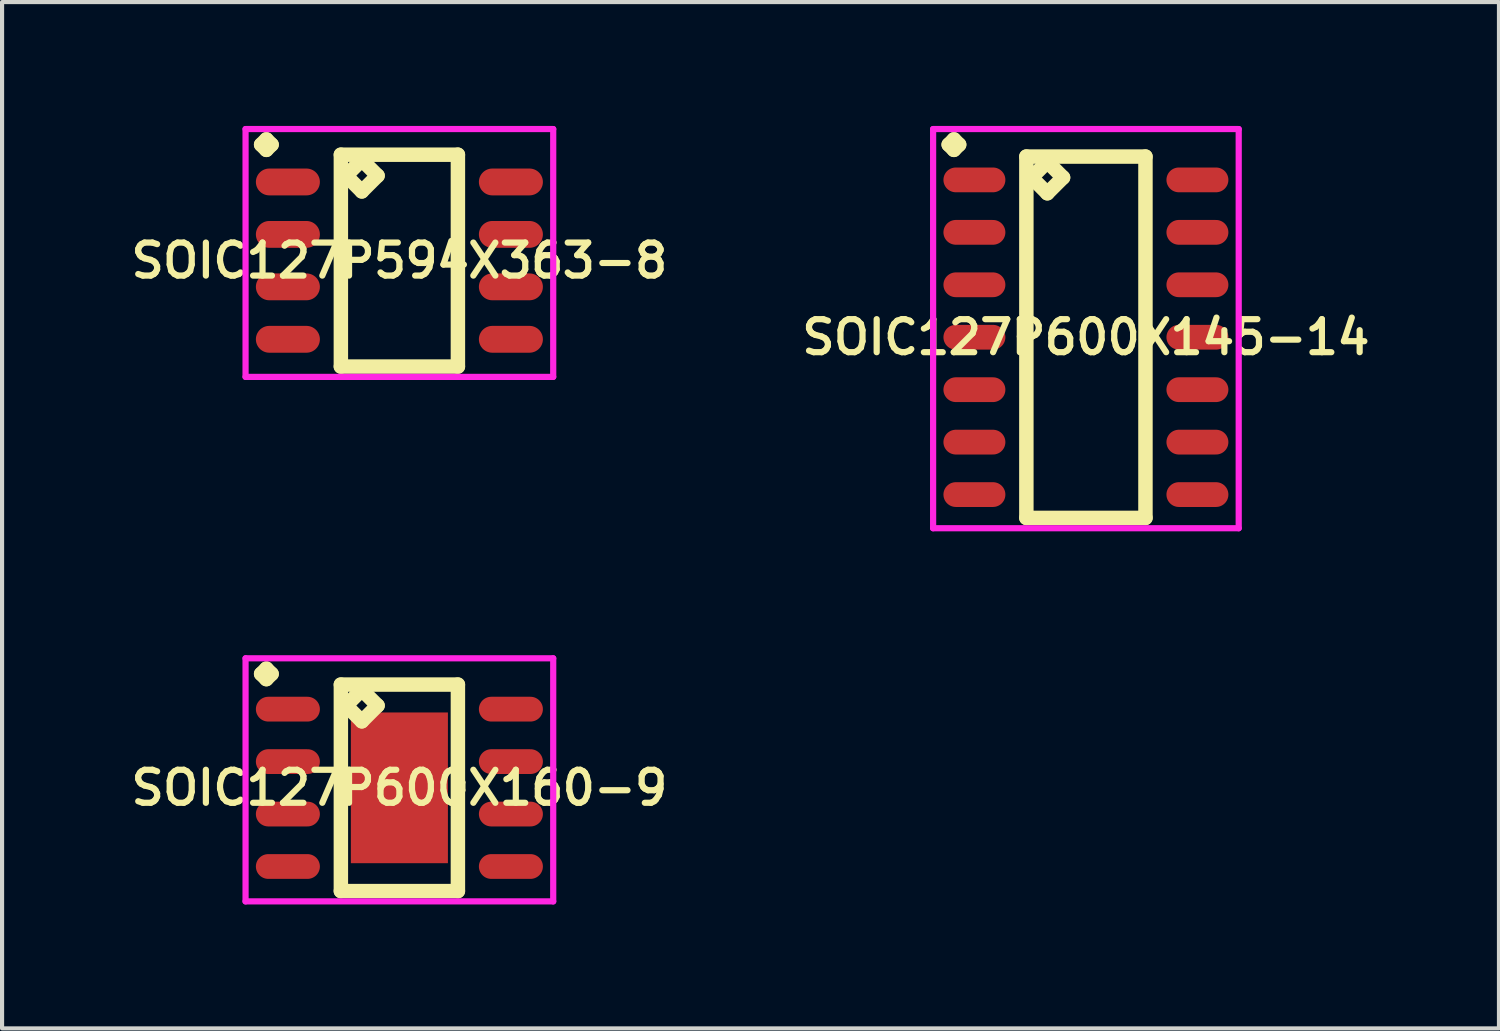
<source format=kicad_pcb>
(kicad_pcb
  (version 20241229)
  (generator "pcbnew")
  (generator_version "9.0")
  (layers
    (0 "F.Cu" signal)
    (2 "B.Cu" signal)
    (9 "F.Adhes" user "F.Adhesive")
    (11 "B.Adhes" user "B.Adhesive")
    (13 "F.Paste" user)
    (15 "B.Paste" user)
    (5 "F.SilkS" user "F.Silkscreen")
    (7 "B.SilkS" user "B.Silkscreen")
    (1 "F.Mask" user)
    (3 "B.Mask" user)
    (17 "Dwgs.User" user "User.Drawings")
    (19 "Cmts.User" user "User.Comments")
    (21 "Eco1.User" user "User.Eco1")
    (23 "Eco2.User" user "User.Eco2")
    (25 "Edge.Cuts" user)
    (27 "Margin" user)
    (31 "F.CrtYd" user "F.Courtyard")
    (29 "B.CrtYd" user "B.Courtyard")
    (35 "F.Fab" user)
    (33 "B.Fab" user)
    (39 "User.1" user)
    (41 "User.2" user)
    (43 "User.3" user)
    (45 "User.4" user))
  (footprint "SOIC127P600X160-9"
    (layer "F.Cu")
    (at 6.621 16.027)
    (property "Reference" "SOIC127P600X160-9" (at 0 0 0) (layer "F.SilkS") (effects (font (size 0.8 0.8) (thickness 0.15))))
    (attr smd)
    (fp_line (start -3.348 -2.759) (end -3.221 -2.886) (stroke (width 0.35) (type solid)) (layer "F.SilkS"))
    (fp_line (start -3.221 -2.886) (end -3.094 -2.759) (stroke (width 0.35) (type solid)) (layer "F.SilkS"))
    (fp_line (start -3.221 -2.632) (end -3.348 -2.759) (stroke (width 0.35) (type solid)) (layer "F.SilkS"))
    (fp_line (start -3.094 -2.759) (end -3.221 -2.632) (stroke (width 0.35) (type solid)) (layer "F.SilkS"))
    (fp_line (start -1.417 -2.5) (end -1.417 2.5) (stroke (width 0.35) (type solid)) (layer "F.SilkS"))
    (fp_line (start -1.417 2.5) (end 1.417 2.5) (stroke (width 0.35) (type solid)) (layer "F.SilkS"))
    (fp_line (start -1.29 -1.992) (end -0.909 -2.373) (stroke (width 0.35) (type solid)) (layer "F.SilkS"))
    (fp_line (start -0.909 -2.373) (end -0.528 -1.992) (stroke (width 0.35) (type solid)) (layer "F.SilkS"))
    (fp_line (start -0.909 -1.611) (end -1.29 -1.992) (stroke (width 0.35) (type solid)) (layer "F.SilkS"))
    (fp_line (start -0.528 -1.992) (end -0.909 -1.611) (stroke (width 0.35) (type solid)) (layer "F.SilkS"))
    (fp_line (start 1.417 -2.5) (end -1.417 -2.5) (stroke (width 0.35) (type solid)) (layer "F.SilkS"))
    (fp_line (start 1.417 2.5) (end 1.417 -2.5) (stroke (width 0.35) (type solid)) (layer "F.SilkS"))
    (fp_line (start -3.725 -3.136) (end 3.725 -3.136) (stroke (width 0.15) (type solid)) (layer "F.CrtYd"))
    (fp_line (start -3.725 2.75) (end -3.725 -3.136) (stroke (width 0.15) (type solid)) (layer "F.CrtYd"))
    (fp_line (start 3.725 -3.136) (end 3.725 2.75) (stroke (width 0.15) (type solid)) (layer "F.CrtYd"))
    (fp_line (start 3.725 2.75) (end -3.725 2.75) (stroke (width 0.15) (type solid)) (layer "F.CrtYd"))
    (pad "1" smd oval (at -2.7 -1.905) (size 1.55 0.6) (layers "F.Cu" "F.Mask" "F.Paste"))
    (pad "2" smd oval (at -2.7 -0.635) (size 1.55 0.6) (layers "F.Cu" "F.Mask" "F.Paste"))
    (pad "3" smd oval (at -2.7 0.635) (size 1.55 0.6) (layers "F.Cu" "F.Mask" "F.Paste"))
    (pad "4" smd oval (at -2.7 1.905) (size 1.55 0.6) (layers "F.Cu" "F.Mask" "F.Paste"))
    (pad "5" smd oval (at 2.7 1.905) (size 1.55 0.6) (layers "F.Cu" "F.Mask" "F.Paste"))
    (pad "6" smd oval (at 2.7 0.635) (size 1.55 0.6) (layers "F.Cu" "F.Mask" "F.Paste"))
    (pad "7" smd oval (at 2.7 -0.635) (size 1.55 0.6) (layers "F.Cu" "F.Mask" "F.Paste"))
    (pad "8" smd oval (at 2.7 -1.905) (size 1.55 0.6) (layers "F.Cu" "F.Mask" "F.Paste"))
    (pad "9" smd rect (at 0 0) (size 2.35 3.65) (layers "F.Cu" "F.Mask" "F.Paste")))
  (footprint "SOIC127P600X145-14"
    (layer "F.Cu")
    (at 23.245 5.116)
    (property "Reference" "SOIC127P600X145-14" (at 0 0 0) (layer "F.SilkS") (effects (font (size 0.8 0.8) (thickness 0.15))))
    (attr through_hole)
    (fp_line (start -3.323 -4.664) (end -3.196 -4.791) (stroke (width 0.35) (type solid)) (layer "F.SilkS"))
    (fp_line (start -3.196 -4.791) (end -3.069 -4.664) (stroke (width 0.35) (type solid)) (layer "F.SilkS"))
    (fp_line (start -3.196 -4.537) (end -3.323 -4.664) (stroke (width 0.35) (type solid)) (layer "F.SilkS"))
    (fp_line (start -3.069 -4.664) (end -3.196 -4.537) (stroke (width 0.35) (type solid)) (layer "F.SilkS"))
    (fp_line (start -1.442 -4.375) (end -1.442 4.375) (stroke (width 0.35) (type solid)) (layer "F.SilkS"))
    (fp_line (start -1.442 4.375) (end 1.442 4.375) (stroke (width 0.35) (type solid)) (layer "F.SilkS"))
    (fp_line (start -1.315 -3.867) (end -0.934 -4.248) (stroke (width 0.35) (type solid)) (layer "F.SilkS"))
    (fp_line (start -0.934 -4.248) (end -0.553 -3.867) (stroke (width 0.35) (type solid)) (layer "F.SilkS"))
    (fp_line (start -0.934 -3.486) (end -1.315 -3.867) (stroke (width 0.35) (type solid)) (layer "F.SilkS"))
    (fp_line (start -0.553 -3.867) (end -0.934 -3.486) (stroke (width 0.35) (type solid)) (layer "F.SilkS"))
    (fp_line (start 1.442 -4.375) (end -1.442 -4.375) (stroke (width 0.35) (type solid)) (layer "F.SilkS"))
    (fp_line (start 1.442 4.375) (end 1.442 -4.375) (stroke (width 0.35) (type solid)) (layer "F.SilkS"))
    (fp_line (start -3.7 -5.041) (end 3.7 -5.041) (stroke (width 0.15) (type solid)) (layer "F.CrtYd"))
    (fp_line (start -3.7 4.625) (end -3.7 -5.041) (stroke (width 0.15) (type solid)) (layer "F.CrtYd"))
    (fp_line (start 3.7 -5.041) (end 3.7 4.625) (stroke (width 0.15) (type solid)) (layer "F.CrtYd"))
    (fp_line (start 3.7 4.625) (end -3.7 4.625) (stroke (width 0.15) (type solid)) (layer "F.CrtYd"))
    (pad "1" smd oval (at -2.7 -3.81) (size 1.5 0.6) (layers "F.Cu" "F.Mask" "F.Paste"))
    (pad "2" smd oval (at -2.7 -2.54) (size 1.5 0.6) (layers "F.Cu" "F.Mask" "F.Paste"))
    (pad "3" smd oval (at -2.7 -1.27) (size 1.5 0.6) (layers "F.Cu" "F.Mask" "F.Paste"))
    (pad "4" smd oval (at -2.7 0) (size 1.5 0.6) (layers "F.Cu" "F.Mask" "F.Paste"))
    (pad "5" smd oval (at -2.7 1.27) (size 1.5 0.6) (layers "F.Cu" "F.Mask" "F.Paste"))
    (pad "6" smd oval (at -2.7 2.54) (size 1.5 0.6) (layers "F.Cu" "F.Mask" "F.Paste"))
    (pad "7" smd oval (at -2.7 3.81) (size 1.5 0.6) (layers "F.Cu" "F.Mask" "F.Paste"))
    (pad "8" smd oval (at 2.7 3.81) (size 1.5 0.6) (layers "F.Cu" "F.Mask" "F.Paste"))
    (pad "9" smd oval (at 2.7 2.54) (size 1.5 0.6) (layers "F.Cu" "F.Mask" "F.Paste"))
    (pad "10" smd oval (at 2.7 1.27) (size 1.5 0.6) (layers "F.Cu" "F.Mask" "F.Paste"))
    (pad "11" smd oval (at 2.7 0) (size 1.5 0.6) (layers "F.Cu" "F.Mask" "F.Paste"))
    (pad "12" smd oval (at 2.7 -1.27) (size 1.5 0.6) (layers "F.Cu" "F.Mask" "F.Paste"))
    (pad "13" smd oval (at 2.7 -2.54) (size 1.5 0.6) (layers "F.Cu" "F.Mask" "F.Paste"))
    (pad "14" smd oval (at 2.7 -3.81) (size 1.5 0.6) (layers "F.Cu" "F.Mask" "F.Paste")))
  (footprint "SOIC127P594X363-8"
    (layer "F.Cu")
    (at 6.621 3.261)
    (property "Reference" "SOIC127P594X363-8" (at 0 0 0) (layer "F.SilkS") (effects (font (size 0.8 0.8) (thickness 0.15))))
    (attr smd)
    (fp_line (start -3.348 -2.809) (end -3.221 -2.936) (stroke (width 0.35) (type solid)) (layer "F.SilkS"))
    (fp_line (start -3.221 -2.936) (end -3.094 -2.809) (stroke (width 0.35) (type solid)) (layer "F.SilkS"))
    (fp_line (start -3.221 -2.682) (end -3.348 -2.809) (stroke (width 0.35) (type solid)) (layer "F.SilkS"))
    (fp_line (start -3.094 -2.809) (end -3.221 -2.682) (stroke (width 0.35) (type solid)) (layer "F.SilkS"))
    (fp_line (start -1.417 -2.565) (end -1.417 2.565) (stroke (width 0.35) (type solid)) (layer "F.SilkS"))
    (fp_line (start -1.417 2.565) (end 1.417 2.565) (stroke (width 0.35) (type solid)) (layer "F.SilkS"))
    (fp_line (start -1.29 -2.057) (end -0.909 -2.438) (stroke (width 0.35) (type solid)) (layer "F.SilkS"))
    (fp_line (start -0.909 -2.438) (end -0.528 -2.057) (stroke (width 0.35) (type solid)) (layer "F.SilkS"))
    (fp_line (start -0.909 -1.676) (end -1.29 -2.057) (stroke (width 0.35) (type solid)) (layer "F.SilkS"))
    (fp_line (start -0.528 -2.057) (end -0.909 -1.676) (stroke (width 0.35) (type solid)) (layer "F.SilkS"))
    (fp_line (start 1.417 -2.565) (end -1.417 -2.565) (stroke (width 0.35) (type solid)) (layer "F.SilkS"))
    (fp_line (start 1.417 2.565) (end 1.417 -2.565) (stroke (width 0.35) (type solid)) (layer "F.SilkS"))
    (fp_line (start -3.725 -3.186) (end 3.725 -3.186) (stroke (width 0.15) (type solid)) (layer "F.CrtYd"))
    (fp_line (start -3.725 2.815) (end -3.725 -3.186) (stroke (width 0.15) (type solid)) (layer "F.CrtYd"))
    (fp_line (start 3.725 -3.186) (end 3.725 2.815) (stroke (width 0.15) (type solid)) (layer "F.CrtYd"))
    (fp_line (start 3.725 2.815) (end -3.725 2.815) (stroke (width 0.15) (type solid)) (layer "F.CrtYd"))
    (pad "1" smd oval (at -2.7 -1.905) (size 1.55 0.65) (layers "F.Cu" "F.Mask" "F.Paste"))
    (pad "2" smd oval (at -2.7 -0.635) (size 1.55 0.65) (layers "F.Cu" "F.Mask" "F.Paste"))
    (pad "3" smd oval (at -2.7 0.635) (size 1.55 0.65) (layers "F.Cu" "F.Mask" "F.Paste"))
    (pad "4" smd oval (at -2.7 1.905) (size 1.55 0.65) (layers "F.Cu" "F.Mask" "F.Paste"))
    (pad "5" smd oval (at 2.7 1.905) (size 1.55 0.65) (layers "F.Cu" "F.Mask" "F.Paste"))
    (pad "6" smd oval (at 2.7 0.635) (size 1.55 0.65) (layers "F.Cu" "F.Mask" "F.Paste"))
    (pad "7" smd oval (at 2.7 -0.635) (size 1.55 0.65) (layers "F.Cu" "F.Mask" "F.Paste"))
    (pad "8" smd oval (at 2.7 -1.905) (size 1.55 0.65) (layers "F.Cu" "F.Mask" "F.Paste")))
  (gr_rect
    (start -3 -3)
    (end 33.247 21.852)
    (stroke (width 0.1) (type default))
    (fill no)
    (layer "Edge.Cuts")))
</source>
